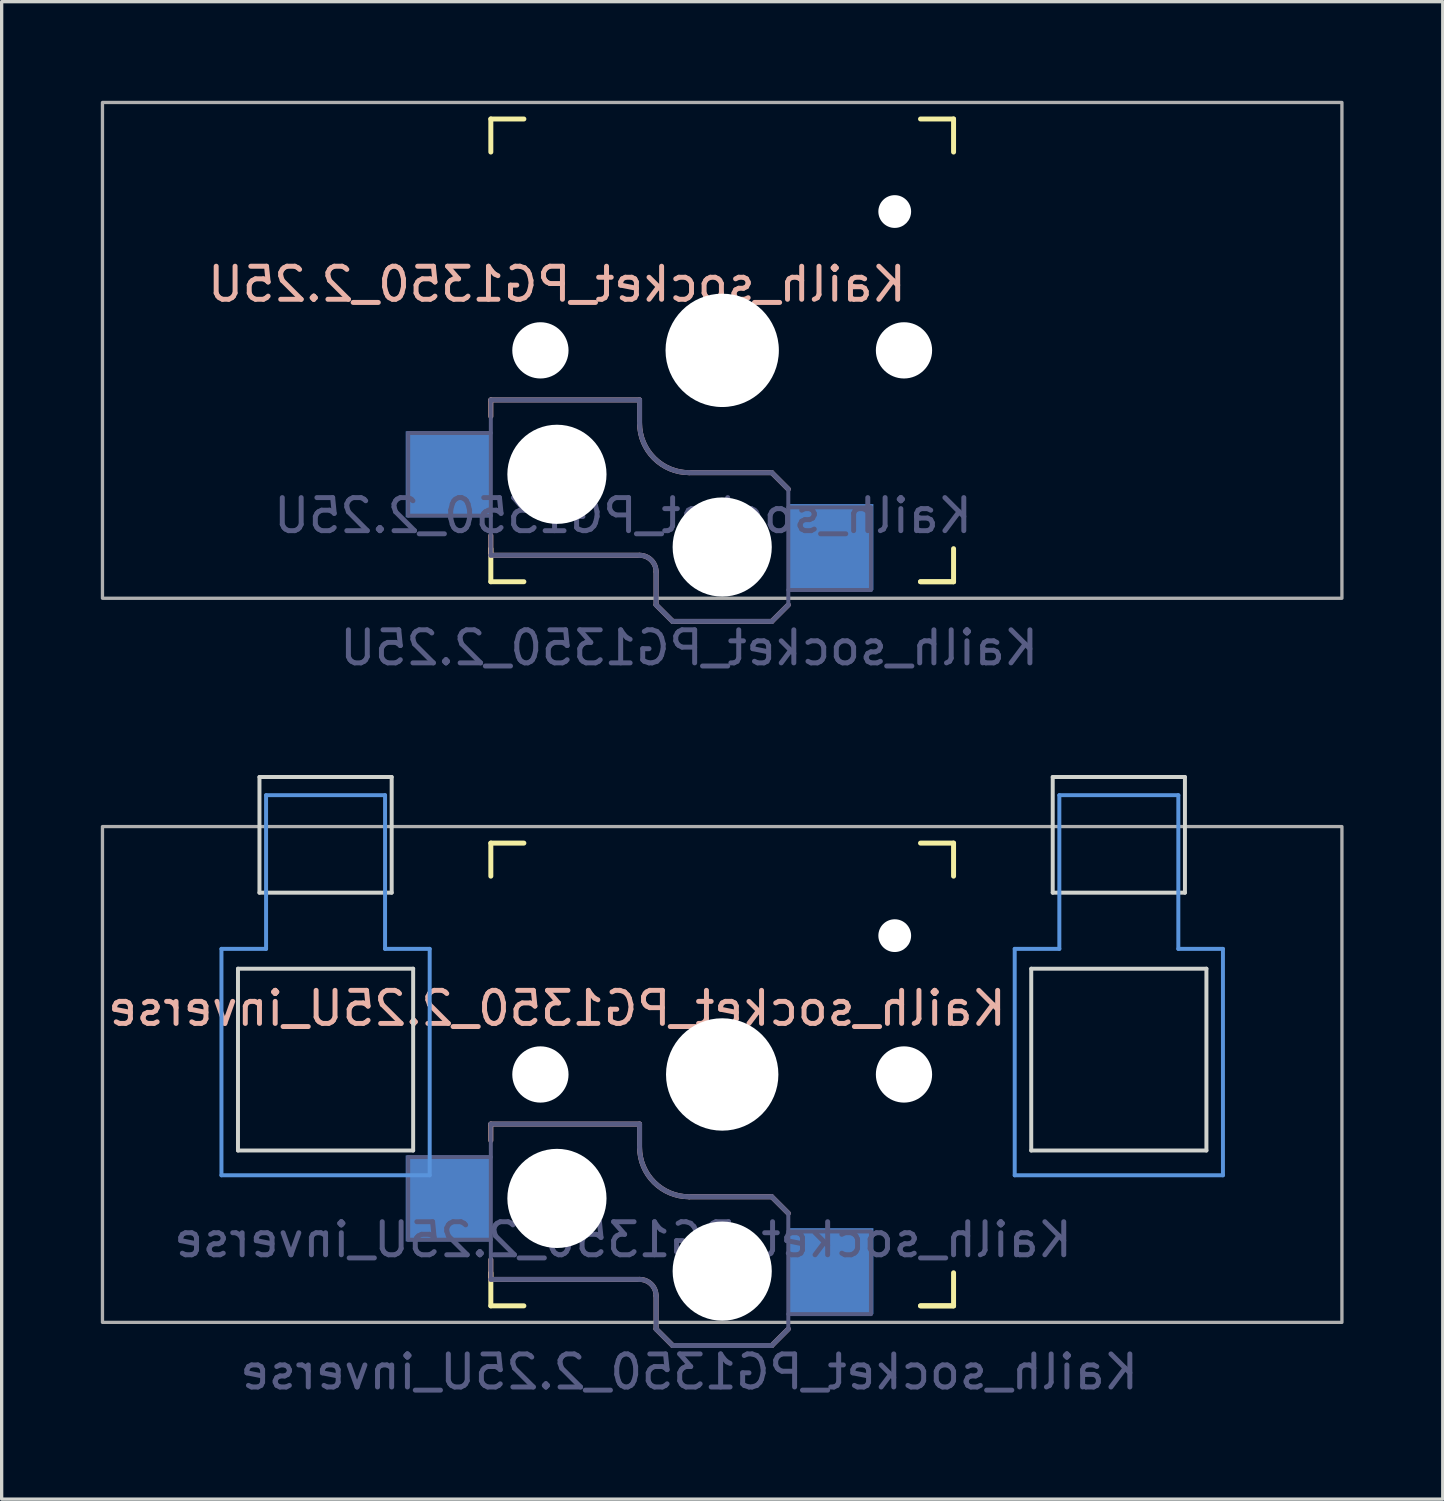
<source format=kicad_pcb>
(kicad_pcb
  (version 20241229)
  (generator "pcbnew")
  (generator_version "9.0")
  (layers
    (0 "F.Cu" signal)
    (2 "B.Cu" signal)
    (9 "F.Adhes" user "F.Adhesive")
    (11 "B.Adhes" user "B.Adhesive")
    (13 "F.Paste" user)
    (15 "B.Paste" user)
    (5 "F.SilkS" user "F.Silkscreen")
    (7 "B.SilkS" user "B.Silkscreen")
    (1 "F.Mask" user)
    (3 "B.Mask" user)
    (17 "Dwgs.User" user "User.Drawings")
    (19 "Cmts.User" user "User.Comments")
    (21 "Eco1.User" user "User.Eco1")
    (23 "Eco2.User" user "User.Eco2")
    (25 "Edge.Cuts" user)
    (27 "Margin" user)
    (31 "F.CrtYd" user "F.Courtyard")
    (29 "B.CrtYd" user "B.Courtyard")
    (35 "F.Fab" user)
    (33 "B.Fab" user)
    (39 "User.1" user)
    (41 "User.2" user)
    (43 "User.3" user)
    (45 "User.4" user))
  (footprint "Kailh_socket_PG1350_2.25U"
    (layer "F.Cu")
    (at 18.8 7.55)
    (property "Reference" "Kailh_socket_PG1350_2.25U" (at -5 -2 0) (layer "B.SilkS") (effects (font (size 1 1) (thickness 0.15)) (justify mirror)))
    (property "Value" "Kailh_socket_PG1350_2.25U" (at 0 8.255 0) (layer "F.Fab") (hide yes) (effects (font (size 1 1) (thickness 0.15))))
    (attr smd)
    (fp_line (start -7 -6) (end -7 -7) (stroke (width 0.15) (type solid)) (layer "F.SilkS"))
    (fp_line (start -7 7) (end -7 6) (stroke (width 0.15) (type solid)) (layer "F.SilkS"))
    (fp_line (start -7 7) (end -6 7) (stroke (width 0.15) (type solid)) (layer "F.SilkS"))
    (fp_line (start -6 -7) (end -7 -7) (stroke (width 0.15) (type solid)) (layer "F.SilkS"))
    (fp_line (start 6 7) (end 7 7) (stroke (width 0.15) (type solid)) (layer "F.SilkS"))
    (fp_line (start 7 -7) (end 6 -7) (stroke (width 0.15) (type solid)) (layer "F.SilkS"))
    (fp_line (start 7 -7) (end 7 -6) (stroke (width 0.15) (type solid)) (layer "F.SilkS"))
    (fp_line (start 7 6) (end 7 7) (stroke (width 0.15) (type solid)) (layer "F.SilkS"))
    (fp_line (start 7 7) (end 6 7) (stroke (width 0.15) (type solid)) (layer "F.SilkS"))
    (fp_line (start -7 1.5) (end -7 2) (stroke (width 0.15) (type solid)) (layer "B.SilkS"))
    (fp_line (start -7 5.6) (end -7 6.2) (stroke (width 0.15) (type solid)) (layer "B.SilkS"))
    (fp_line (start -7 6.2) (end -2.5 6.2) (stroke (width 0.15) (type solid)) (layer "B.SilkS"))
    (fp_line (start -2.5 1.5) (end -7 1.5) (stroke (width 0.15) (type solid)) (layer "B.SilkS"))
    (fp_line (start -2.5 2.2) (end -2.5 1.5) (stroke (width 0.15) (type solid)) (layer "B.SilkS"))
    (fp_line (start -2 6.7) (end -2 7.7) (stroke (width 0.15) (type solid)) (layer "B.SilkS"))
    (fp_line (start -1.5 8.2) (end -2 7.7) (stroke (width 0.15) (type solid)) (layer "B.SilkS"))
    (fp_line (start 1.5 3.7) (end -1 3.7) (stroke (width 0.15) (type solid)) (layer "B.SilkS"))
    (fp_line (start 1.5 8.2) (end -1.5 8.2) (stroke (width 0.15) (type solid)) (layer "B.SilkS"))
    (fp_line (start 2 4.2) (end 1.5 3.7) (stroke (width 0.15) (type solid)) (layer "B.SilkS"))
    (fp_line (start 2 7.7) (end 1.5 8.2) (stroke (width 0.15) (type solid)) (layer "B.SilkS"))
    (fp_arc (start -2.5 6.2) (mid -2.146447 6.346447) (end -2 6.7) (stroke (width 0.15) (type solid)) (layer "B.SilkS"))
    (fp_arc (start -1 3.7) (mid -2.06066 3.26066) (end -2.5 2.2) (stroke (width 0.15) (type solid)) (layer "B.SilkS"))
    (fp_line (start -6.9 6.9) (end -6.9 -6.9) (stroke (width 0.15) (type solid)) (layer "Eco2.User"))
    (fp_line (start -6.9 6.9) (end 6.9 6.9) (stroke (width 0.15) (type solid)) (layer "Eco2.User"))
    (fp_line (start -2.6 -3.1) (end -2.6 -6.3) (stroke (width 0.15) (type solid)) (layer "Eco2.User"))
    (fp_line (start -2.6 -3.1) (end 2.6 -3.1) (stroke (width 0.15) (type solid)) (layer "Eco2.User"))
    (fp_line (start 2.6 -6.3) (end -2.6 -6.3) (stroke (width 0.15) (type solid)) (layer "Eco2.User"))
    (fp_line (start 2.6 -3.1) (end 2.6 -6.3) (stroke (width 0.15) (type solid)) (layer "Eco2.User"))
    (fp_line (start 6.9 -6.9) (end -6.9 -6.9) (stroke (width 0.15) (type solid)) (layer "Eco2.User"))
    (fp_line (start 6.9 -6.9) (end 6.9 6.9) (stroke (width 0.15) (type solid)) (layer "Eco2.User"))
    (fp_line (start -9.5 2.5) (end -7 2.5) (stroke (width 0.12) (type solid)) (layer "B.Fab"))
    (fp_line (start -9.5 5) (end -9.5 2.5) (stroke (width 0.12) (type solid)) (layer "B.Fab"))
    (fp_line (start -7 1.5) (end -7 6.2) (stroke (width 0.12) (type solid)) (layer "B.Fab"))
    (fp_line (start -7 5) (end -9.5 5) (stroke (width 0.12) (type solid)) (layer "B.Fab"))
    (fp_line (start -7 6.2) (end -2.5 6.2) (stroke (width 0.15) (type solid)) (layer "B.Fab"))
    (fp_line (start -2.5 1.5) (end -7 1.5) (stroke (width 0.15) (type solid)) (layer "B.Fab"))
    (fp_line (start -2.5 2.2) (end -2.5 1.5) (stroke (width 0.15) (type solid)) (layer "B.Fab"))
    (fp_line (start -2 6.7) (end -2 7.7) (stroke (width 0.15) (type solid)) (layer "B.Fab"))
    (fp_line (start -1.5 8.2) (end -2 7.7) (stroke (width 0.15) (type solid)) (layer "B.Fab"))
    (fp_line (start 1.5 3.7) (end -1 3.7) (stroke (width 0.15) (type solid)) (layer "B.Fab"))
    (fp_line (start 1.5 8.2) (end -1.5 8.2) (stroke (width 0.15) (type solid)) (layer "B.Fab"))
    (fp_line (start 2 4.2) (end 1.5 3.7) (stroke (width 0.15) (type solid)) (layer "B.Fab"))
    (fp_line (start 2 4.25) (end 2 7.7) (stroke (width 0.12) (type solid)) (layer "B.Fab"))
    (fp_line (start 2 4.75) (end 4.5 4.75) (stroke (width 0.12) (type solid)) (layer "B.Fab"))
    (fp_line (start 2 7.7) (end 1.5 8.2) (stroke (width 0.15) (type solid)) (layer "B.Fab"))
    (fp_line (start 4.5 4.75) (end 4.5 7.25) (stroke (width 0.12) (type solid)) (layer "B.Fab"))
    (fp_line (start 4.5 7.25) (end 2 7.25) (stroke (width 0.12) (type solid)) (layer "B.Fab"))
    (fp_arc (start -2.5 6.2) (mid -2.146447 6.346447) (end -2 6.7) (stroke (width 0.15) (type solid)) (layer "B.Fab"))
    (fp_arc (start -1 3.7) (mid -2.06066 3.26066) (end -2.5 2.2) (stroke (width 0.15) (type solid)) (layer "B.Fab"))
    (fp_rect (start -18.75 -7.5) (end 18.75 7.5) (stroke (width 0.1) (type solid)) (fill no) (layer "F.Fab"))
    (fp_text user "${VALUE}" (at -1 9 0) (layer "B.Fab") (effects (font (size 1 1) (thickness 0.15)) (justify mirror)))
    (fp_text user "${REFERENCE}" (at -3 5 0) (layer "B.Fab") (effects (font (size 1 1) (thickness 0.15)) (justify mirror)))
    (pad "" np_thru_hole circle (at -5.5 0) (size 1.702 1.702) (drill 1.702) (layers "*.Cu" "*.Mask"))
    (pad "" np_thru_hole circle (at -5 3.75) (size 3 3) (drill 3) (layers "*.Cu" "*.Mask"))
    (pad "" np_thru_hole circle (at 0 0) (size 3.429 3.429) (drill 3.429) (layers "*.Cu" "*.Mask"))
    (pad "" np_thru_hole circle (at 0 5.95) (size 3 3) (drill 3) (layers "*.Cu" "*.Mask"))
    (pad "" np_thru_hole circle (at 5.22 -4.2) (size 0.991 0.991) (drill 0.991) (layers "*.Cu" "*.Mask"))
    (pad "" np_thru_hole circle (at 5.5 0) (size 1.702 1.702) (drill 1.702) (layers "*.Cu" "*.Mask"))
    (pad "1" smd rect (at 3.275 5.95) (size 2.6 2.6) (layers "B.Cu" "B.Mask" "B.Paste"))
    (pad "2" smd rect (at -8.275 3.75) (size 2.6 2.6) (layers "B.Cu" "B.Mask" "B.Paste")))
  (footprint "Kailh_socket_PG1350_2.25U_inverse"
    (layer "F.Cu")
    (at 18.8 29.458)
    (property "Reference" "Kailh_socket_PG1350_2.25U_inverse" (at -5 -2 0) (layer "B.SilkS") (effects (font (size 1 1) (thickness 0.15)) (justify mirror)))
    (property "Value" "Kailh_socket_PG1350_2.25U_inverse" (at 0 8.255 0) (layer "F.Fab") (hide yes) (effects (font (size 1 1) (thickness 0.15))))
    (attr smd)
    (fp_line (start -7 -6) (end -7 -7) (stroke (width 0.15) (type solid)) (layer "F.SilkS"))
    (fp_line (start -7 7) (end -7 6) (stroke (width 0.15) (type solid)) (layer "F.SilkS"))
    (fp_line (start -7 7) (end -6 7) (stroke (width 0.15) (type solid)) (layer "F.SilkS"))
    (fp_line (start -6 -7) (end -7 -7) (stroke (width 0.15) (type solid)) (layer "F.SilkS"))
    (fp_line (start 6 7) (end 7 7) (stroke (width 0.15) (type solid)) (layer "F.SilkS"))
    (fp_line (start 7 -7) (end 6 -7) (stroke (width 0.15) (type solid)) (layer "F.SilkS"))
    (fp_line (start 7 -7) (end 7 -6) (stroke (width 0.15) (type solid)) (layer "F.SilkS"))
    (fp_line (start 7 6) (end 7 7) (stroke (width 0.15) (type solid)) (layer "F.SilkS"))
    (fp_line (start 7 7) (end 6 7) (stroke (width 0.15) (type solid)) (layer "F.SilkS"))
    (fp_line (start -7 1.5) (end -7 2) (stroke (width 0.15) (type solid)) (layer "B.SilkS"))
    (fp_line (start -7 5.6) (end -7 6.2) (stroke (width 0.15) (type solid)) (layer "B.SilkS"))
    (fp_line (start -7 6.2) (end -2.5 6.2) (stroke (width 0.15) (type solid)) (layer "B.SilkS"))
    (fp_line (start -2.5 1.5) (end -7 1.5) (stroke (width 0.15) (type solid)) (layer "B.SilkS"))
    (fp_line (start -2.5 2.2) (end -2.5 1.5) (stroke (width 0.15) (type solid)) (layer "B.SilkS"))
    (fp_line (start -2 6.7) (end -2 7.7) (stroke (width 0.15) (type solid)) (layer "B.SilkS"))
    (fp_line (start -1.5 8.2) (end -2 7.7) (stroke (width 0.15) (type solid)) (layer "B.SilkS"))
    (fp_line (start 1.5 3.7) (end -1 3.7) (stroke (width 0.15) (type solid)) (layer "B.SilkS"))
    (fp_line (start 1.5 8.2) (end -1.5 8.2) (stroke (width 0.15) (type solid)) (layer "B.SilkS"))
    (fp_line (start 2 4.2) (end 1.5 3.7) (stroke (width 0.15) (type solid)) (layer "B.SilkS"))
    (fp_line (start 2 7.7) (end 1.5 8.2) (stroke (width 0.15) (type solid)) (layer "B.SilkS"))
    (fp_arc (start -2.5 6.2) (mid -2.146447 6.346447) (end -2 6.7) (stroke (width 0.15) (type solid)) (layer "B.SilkS"))
    (fp_arc (start -1 3.7) (mid -2.06066 3.26066) (end -2.5 2.2) (stroke (width 0.15) (type solid)) (layer "B.SilkS"))
    (fp_line (start -15.15 -3.8) (end -13.8 -3.8) (stroke (width 0.12) (type solid)) (layer "Cmts.User"))
    (fp_line (start -15.15 3.05) (end -15.15 -3.8) (stroke (width 0.12) (type solid)) (layer "Cmts.User"))
    (fp_line (start -15.15 3.05) (end -8.85 3.05) (stroke (width 0.12) (type solid)) (layer "Cmts.User"))
    (fp_line (start -13.8 -8.45) (end -13.8 -3.8) (stroke (width 0.12) (type solid)) (layer "Cmts.User"))
    (fp_line (start -13.8 -8.45) (end -10.2 -8.45) (stroke (width 0.12) (type solid)) (layer "Cmts.User"))
    (fp_line (start -10.2 -8.45) (end -10.2 -3.8) (stroke (width 0.12) (type solid)) (layer "Cmts.User"))
    (fp_line (start -10.2 -3.8) (end -8.85 -3.8) (stroke (width 0.12) (type solid)) (layer "Cmts.User"))
    (fp_line (start -8.85 3.05) (end -8.85 -3.8) (stroke (width 0.12) (type solid)) (layer "Cmts.User"))
    (fp_line (start 8.85 -3.8) (end 10.2 -3.8) (stroke (width 0.12) (type solid)) (layer "Cmts.User"))
    (fp_line (start 8.85 3.05) (end 8.85 -3.8) (stroke (width 0.12) (type solid)) (layer "Cmts.User"))
    (fp_line (start 8.85 3.05) (end 15.15 3.05) (stroke (width 0.12) (type solid)) (layer "Cmts.User"))
    (fp_line (start 10.2 -8.45) (end 10.2 -3.8) (stroke (width 0.12) (type solid)) (layer "Cmts.User"))
    (fp_line (start 10.2 -8.45) (end 13.8 -8.45) (stroke (width 0.12) (type solid)) (layer "Cmts.User"))
    (fp_line (start 13.8 -8.45) (end 13.8 -3.8) (stroke (width 0.12) (type solid)) (layer "Cmts.User"))
    (fp_line (start 13.8 -3.8) (end 15.15 -3.8) (stroke (width 0.12) (type solid)) (layer "Cmts.User"))
    (fp_line (start 15.15 3.05) (end 15.15 -3.8) (stroke (width 0.12) (type solid)) (layer "Cmts.User"))
    (fp_line (start -6.9 6.9) (end -6.9 -6.9) (stroke (width 0.15) (type solid)) (layer "Eco2.User"))
    (fp_line (start -6.9 6.9) (end 6.9 6.9) (stroke (width 0.15) (type solid)) (layer "Eco2.User"))
    (fp_line (start -2.6 -3.1) (end -2.6 -6.3) (stroke (width 0.15) (type solid)) (layer "Eco2.User"))
    (fp_line (start -2.6 -3.1) (end 2.6 -3.1) (stroke (width 0.15) (type solid)) (layer "Eco2.User"))
    (fp_line (start 2.6 -6.3) (end -2.6 -6.3) (stroke (width 0.15) (type solid)) (layer "Eco2.User"))
    (fp_line (start 2.6 -3.1) (end 2.6 -6.3) (stroke (width 0.15) (type solid)) (layer "Eco2.User"))
    (fp_line (start 6.9 -6.9) (end -6.9 -6.9) (stroke (width 0.15) (type solid)) (layer "Eco2.User"))
    (fp_line (start 6.9 -6.9) (end 6.9 6.9) (stroke (width 0.15) (type solid)) (layer "Eco2.User"))
    (fp_line (start -14.65 -3.2) (end -14.65 2.3) (stroke (width 0.12) (type solid)) (layer "Edge.Cuts"))
    (fp_line (start -14.65 -3.2) (end -9.35 -3.2) (stroke (width 0.12) (type solid)) (layer "Edge.Cuts"))
    (fp_line (start -14.65 2.3) (end -9.35 2.3) (stroke (width 0.12) (type solid)) (layer "Edge.Cuts"))
    (fp_line (start -14 -9) (end -14 -5.5) (stroke (width 0.12) (type solid)) (layer "Edge.Cuts"))
    (fp_line (start -14 -9) (end -10 -9) (stroke (width 0.12) (type solid)) (layer "Edge.Cuts"))
    (fp_line (start -14 -5.5) (end -10 -5.5) (stroke (width 0.12) (type solid)) (layer "Edge.Cuts"))
    (fp_line (start -10 -5.5) (end -10 -9) (stroke (width 0.12) (type solid)) (layer "Edge.Cuts"))
    (fp_line (start -9.35 2.3) (end -9.35 -3.2) (stroke (width 0.12) (type solid)) (layer "Edge.Cuts"))
    (fp_line (start 9.35 -3.2) (end 9.35 2.3) (stroke (width 0.12) (type solid)) (layer "Edge.Cuts"))
    (fp_line (start 9.35 -3.2) (end 14.65 -3.2) (stroke (width 0.12) (type solid)) (layer "Edge.Cuts"))
    (fp_line (start 9.35 2.3) (end 14.65 2.3) (stroke (width 0.12) (type solid)) (layer "Edge.Cuts"))
    (fp_line (start 10 -9) (end 10 -5.5) (stroke (width 0.12) (type solid)) (layer "Edge.Cuts"))
    (fp_line (start 10 -9) (end 14 -9) (stroke (width 0.12) (type solid)) (layer "Edge.Cuts"))
    (fp_line (start 10 -5.5) (end 14 -5.5) (stroke (width 0.12) (type solid)) (layer "Edge.Cuts"))
    (fp_line (start 14 -5.5) (end 14 -9) (stroke (width 0.12) (type solid)) (layer "Edge.Cuts"))
    (fp_line (start 14.65 2.3) (end 14.65 -3.2) (stroke (width 0.12) (type solid)) (layer "Edge.Cuts"))
    (fp_line (start -9.5 2.5) (end -7 2.5) (stroke (width 0.12) (type solid)) (layer "B.Fab"))
    (fp_line (start -9.5 5) (end -9.5 2.5) (stroke (width 0.12) (type solid)) (layer "B.Fab"))
    (fp_line (start -7 1.5) (end -7 6.2) (stroke (width 0.12) (type solid)) (layer "B.Fab"))
    (fp_line (start -7 5) (end -9.5 5) (stroke (width 0.12) (type solid)) (layer "B.Fab"))
    (fp_line (start -7 6.2) (end -2.5 6.2) (stroke (width 0.15) (type solid)) (layer "B.Fab"))
    (fp_line (start -2.5 1.5) (end -7 1.5) (stroke (width 0.15) (type solid)) (layer "B.Fab"))
    (fp_line (start -2.5 2.2) (end -2.5 1.5) (stroke (width 0.15) (type solid)) (layer "B.Fab"))
    (fp_line (start -2 6.7) (end -2 7.7) (stroke (width 0.15) (type solid)) (layer "B.Fab"))
    (fp_line (start -1.5 8.2) (end -2 7.7) (stroke (width 0.15) (type solid)) (layer "B.Fab"))
    (fp_line (start 1.5 3.7) (end -1 3.7) (stroke (width 0.15) (type solid)) (layer "B.Fab"))
    (fp_line (start 1.5 8.2) (end -1.5 8.2) (stroke (width 0.15) (type solid)) (layer "B.Fab"))
    (fp_line (start 2 4.2) (end 1.5 3.7) (stroke (width 0.15) (type solid)) (layer "B.Fab"))
    (fp_line (start 2 4.25) (end 2 7.7) (stroke (width 0.12) (type solid)) (layer "B.Fab"))
    (fp_line (start 2 4.75) (end 4.5 4.75) (stroke (width 0.12) (type solid)) (layer "B.Fab"))
    (fp_line (start 2 7.7) (end 1.5 8.2) (stroke (width 0.15) (type solid)) (layer "B.Fab"))
    (fp_line (start 4.5 4.75) (end 4.5 7.25) (stroke (width 0.12) (type solid)) (layer "B.Fab"))
    (fp_line (start 4.5 7.25) (end 2 7.25) (stroke (width 0.12) (type solid)) (layer "B.Fab"))
    (fp_arc (start -2.5 6.2) (mid -2.146447 6.346447) (end -2 6.7) (stroke (width 0.15) (type solid)) (layer "B.Fab"))
    (fp_arc (start -1 3.7) (mid -2.06066 3.26066) (end -2.5 2.2) (stroke (width 0.15) (type solid)) (layer "B.Fab"))
    (fp_rect (start -18.75 -7.5) (end 18.75 7.5) (stroke (width 0.1) (type solid)) (fill no) (layer "F.Fab"))
    (fp_text user "${VALUE}" (at -1 9 0) (layer "B.Fab") (effects (font (size 1 1) (thickness 0.15)) (justify mirror)))
    (fp_text user "${REFERENCE}" (at -3 5 0) (layer "B.Fab") (effects (font (size 1 1) (thickness 0.15)) (justify mirror)))
    (pad "" np_thru_hole circle (at -5.5 0) (size 1.702 1.702) (drill 1.702) (layers "*.Cu" "*.Mask"))
    (pad "" np_thru_hole circle (at -5 3.75) (size 3 3) (drill 3) (layers "*.Cu" "*.Mask"))
    (pad "" np_thru_hole circle (at 0 0 180) (size 3.4 3.4) (drill 3.4) (layers "*.Cu" "*.Mask"))
    (pad "" np_thru_hole circle (at 0 5.95) (size 3 3) (drill 3) (layers "*.Cu" "*.Mask"))
    (pad "" np_thru_hole circle (at 5.22 -4.2) (size 0.991 0.991) (drill 0.991) (layers "*.Cu" "*.Mask"))
    (pad "" np_thru_hole circle (at 5.5 0) (size 1.702 1.702) (drill 1.702) (layers "*.Cu" "*.Mask"))
    (pad "1" smd rect (at 3.275 5.95) (size 2.6 2.6) (layers "B.Cu" "B.Mask" "B.Paste"))
    (pad "2" smd rect (at -8.275 3.75) (size 2.6 2.6) (layers "B.Cu" "B.Mask" "B.Paste")))
  (gr_rect
    (start -3 -3)
    (end 40.6 42.306)
    (stroke (width 0.1) (type default))
    (fill no)
    (layer "Edge.Cuts")))
</source>
